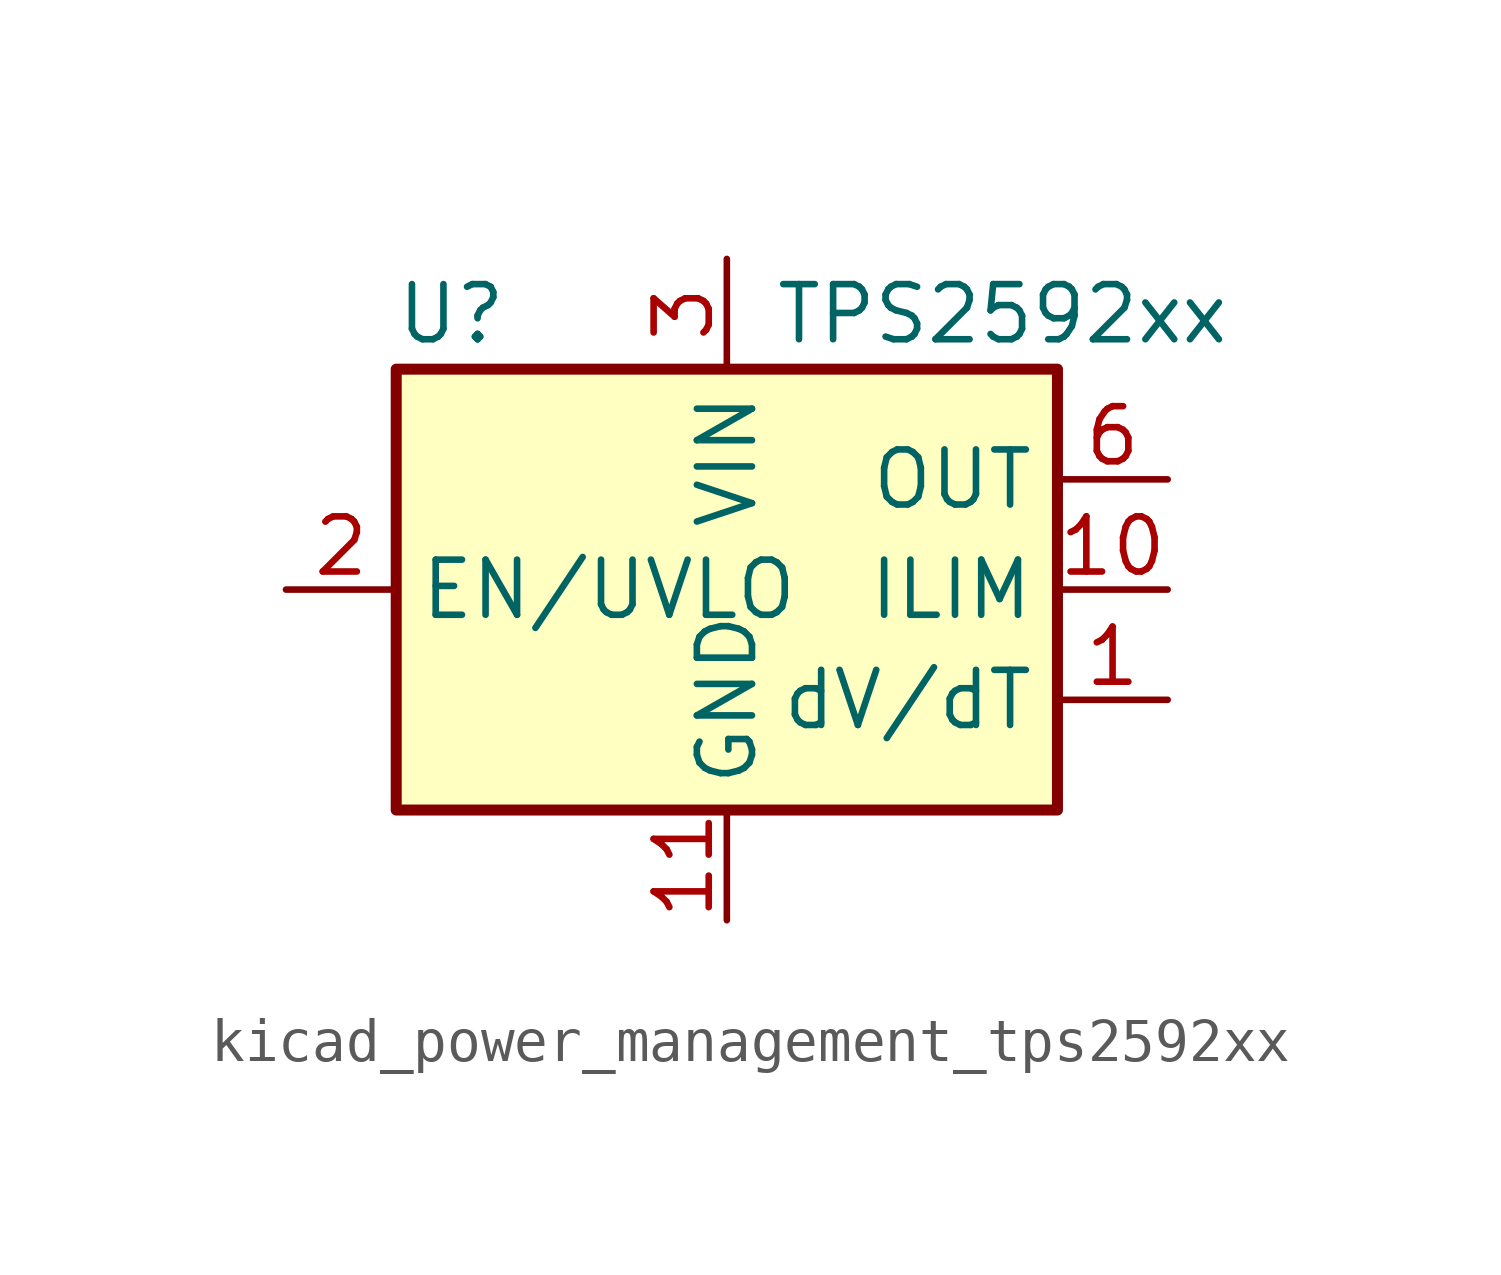
<source format=kicad_sym>
(kicad_symbol_lib
  (version 20220914)
  (generator kicad_symbol_editor)
  (symbol "kicad_power_management_tps2592xx"
    (property "Reference" "U"
      (at -6.35 6.35 0)
      (effects (font (size 1.27 1.27))))
    (property "Value" "TPS2592xx"
      (at 6.35 6.35 0)
      (effects (font (size 1.27 1.27))))
    (symbol "kicad_power_management_tps2592xx_0_1"
      (rectangle (start -7.62 5.08) (end 7.62 -5.08) (stroke (width 0.254) (type default)) (fill (type background))))
    (symbol "kicad_power_management_tps2592xx_1_1"
      (pin output line (at 10.16 -2.54 180) (length 2.54) (name "dV/dT" (effects (font (size 1.27 1.27)))) (number "1" (effects (font (size 1.27 1.27)))))
      (pin output line (at 10.16 0 180) (length 2.54) (name "ILIM" (effects (font (size 1.27 1.27)))) (number "10" (effects (font (size 1.27 1.27)))))
      (pin power_in line (at 0 -7.62 90) (length 2.54) (name "GND" (effects (font (size 1.27 1.27)))) (number "11" (effects (font (size 1.27 1.27)))))
      (pin input line (at -10.16 0 0) (length 2.54) (name "EN/UVLO" (effects (font (size 1.27 1.27)))) (number "2" (effects (font (size 1.27 1.27)))))
      (pin power_in line (at 0 7.62 270) (length 2.54) (name "VIN" (effects (font (size 1.27 1.27)))) (number "3" (effects (font (size 1.27 1.27)))))
      (pin passive line (at 0 7.62 270) (length 2.54) hide (name "VIN" (effects (font (size 1.27 1.27)))) (number "4" (effects (font (size 1.27 1.27)))))
      (pin passive line (at 0 7.62 270) (length 2.54) hide (name "VIN" (effects (font (size 1.27 1.27)))) (number "5" (effects (font (size 1.27 1.27)))))
      (pin power_out line (at 10.16 2.54 180) (length 2.54) (name "OUT" (effects (font (size 1.27 1.27)))) (number "6" (effects (font (size 1.27 1.27)))))
      (pin passive line (at 10.16 2.54 180) (length 2.54) hide (name "OUT" (effects (font (size 1.27 1.27)))) (number "7" (effects (font (size 1.27 1.27)))))
      (pin passive line (at 10.16 2.54 180) (length 2.54) hide (name "OUT" (effects (font (size 1.27 1.27)))) (number "8" (effects (font (size 1.27 1.27)))))
      (pin no_connect line (at -7.62 -2.54 0) (length 2.54) hide (name "NC" (effects (font (size 1.27 1.27)))) (number "9" (effects (font (size 1.27 1.27))))))))
</source>
